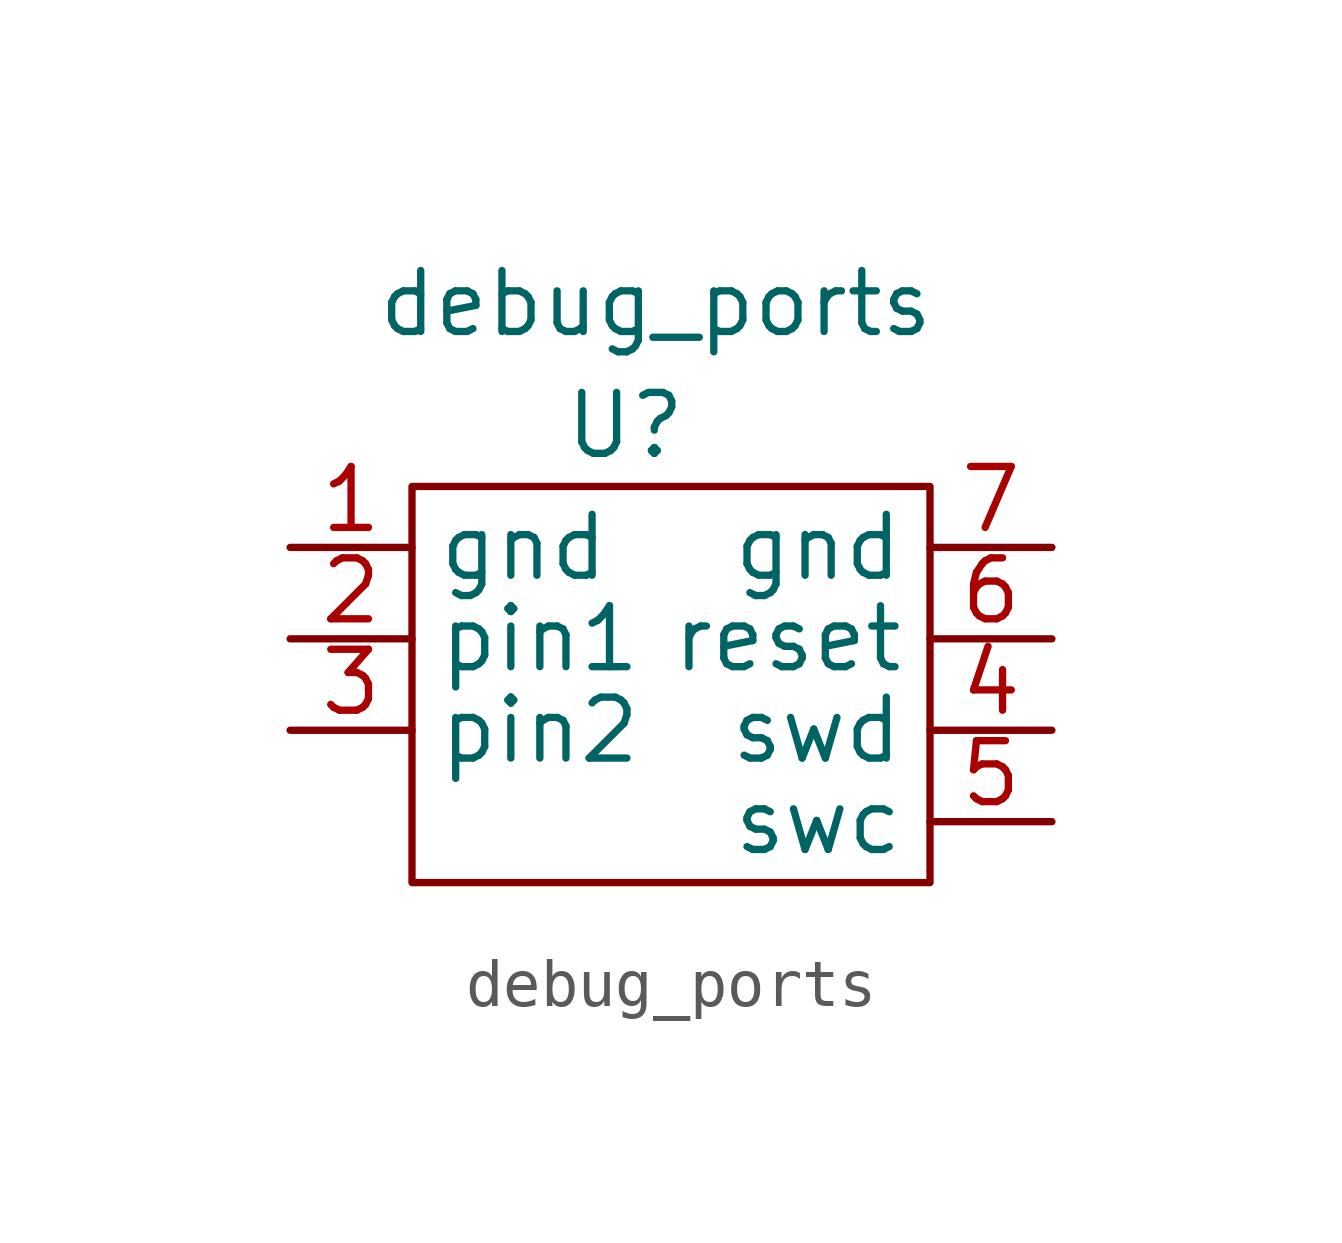
<source format=kicad_sym>
(kicad_symbol_lib
  (version 20211014)
  (generator kicad_symbol_editor)
  (symbol "debug_ports"
    (property "Reference" "U"
      (at 1.905 2.54 0)
      (effects (font (size 1.27 1.27))))
    (property "Value" "debug_ports"
      (at 2.54 5.08 0)
      (effects (font (size 1.27 1.27))))
    (symbol "debug_ports_0_1"
      (rectangle (start -2.54 1.27) (end 8.255 -6.985) (stroke (width 0) (type default) (color 0 0 0 0)) (fill (type none))))
    (symbol "debug_ports_1_1"
      (pin input line (at -5.08 0 0) (length 2.54) (name "gnd" (effects (font (size 1.27 1.27)))) (number "1" (effects (font (size 1.27 1.27)))))
      (pin input line (at -5.08 -1.905 0) (length 2.54) (name "pin1" (effects (font (size 1.27 1.27)))) (number "2" (effects (font (size 1.27 1.27)))))
      (pin input line (at -5.08 -3.81 0) (length 2.54) (name "pin2" (effects (font (size 1.27 1.27)))) (number "3" (effects (font (size 1.27 1.27)))))
      (pin input line (at 10.795 -3.81 180) (length 2.54) (name "swd" (effects (font (size 1.27 1.27)))) (number "4" (effects (font (size 1.27 1.27)))))
      (pin input line (at 10.795 -5.715 180) (length 2.54) (name "swc" (effects (font (size 1.27 1.27)))) (number "5" (effects (font (size 1.27 1.27)))))
      (pin input line (at 10.795 -1.905 180) (length 2.54) (name "reset" (effects (font (size 1.27 1.27)))) (number "6" (effects (font (size 1.27 1.27)))))
      (pin input line (at 10.795 0 180) (length 2.54) (name "gnd" (effects (font (size 1.27 1.27)))) (number "7" (effects (font (size 1.27 1.27))))))))
</source>
